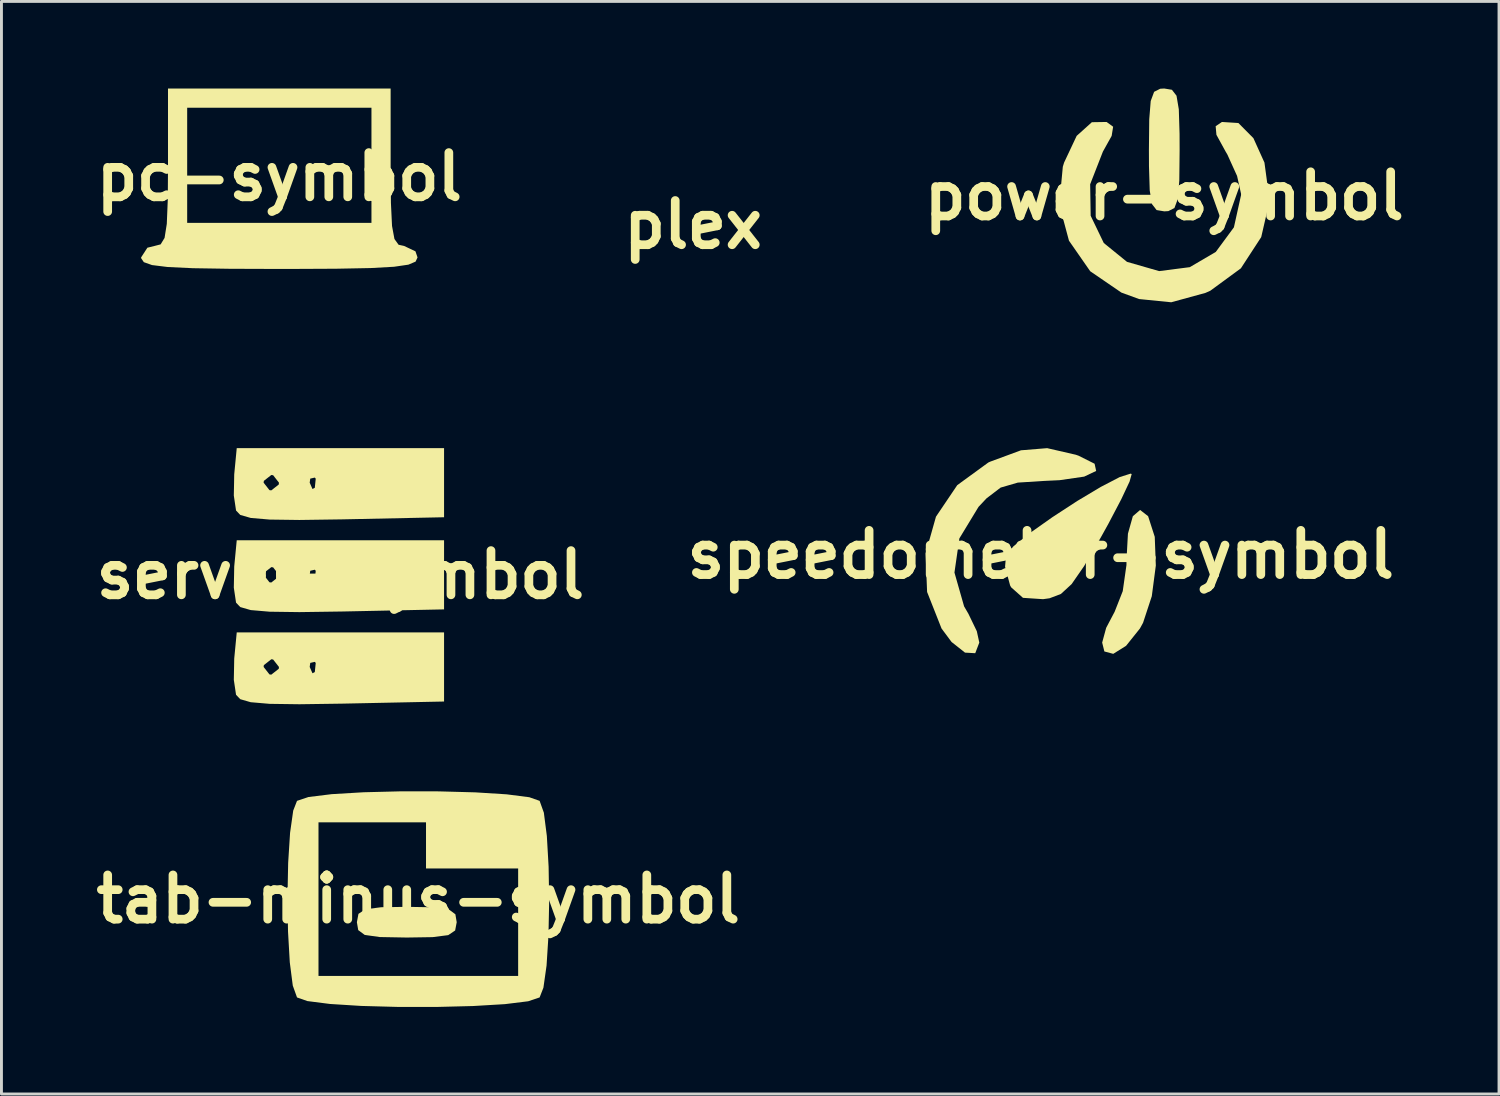
<source format=kicad_pcb>
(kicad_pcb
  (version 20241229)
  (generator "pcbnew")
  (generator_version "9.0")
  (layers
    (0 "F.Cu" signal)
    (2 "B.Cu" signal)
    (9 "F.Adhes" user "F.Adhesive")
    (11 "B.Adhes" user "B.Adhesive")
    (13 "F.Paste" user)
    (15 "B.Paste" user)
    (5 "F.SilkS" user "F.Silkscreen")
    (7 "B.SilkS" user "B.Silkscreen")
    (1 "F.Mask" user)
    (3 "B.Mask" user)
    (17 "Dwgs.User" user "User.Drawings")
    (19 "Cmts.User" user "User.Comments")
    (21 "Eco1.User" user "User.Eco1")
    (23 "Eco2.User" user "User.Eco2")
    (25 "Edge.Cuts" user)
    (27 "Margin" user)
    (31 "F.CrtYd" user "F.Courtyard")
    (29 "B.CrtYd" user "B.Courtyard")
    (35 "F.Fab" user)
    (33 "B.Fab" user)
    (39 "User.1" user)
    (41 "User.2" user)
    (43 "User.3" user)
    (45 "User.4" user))
  (footprint "speedometer-symbol"
    (layer "F.Cu")
    (at 32.813 16.06)
    (property "Reference" "speedometer-symbol" (at 0 0 0) (layer "F.SilkS") (effects (font (size 1.524 1.524) (thickness 0.3))))
    (attr board_only exclude_from_pos_files exclude_from_bom)
    (fp_poly (pts (xy 3.7 -1.323) (xy 3.929 -0.611) (xy 3.966 0.378) (xy 3.827 1.435) (xy 3.526 2.351) (xy 3.418 2.548) (xy 2.941 3.144) (xy 2.499 3.421) (xy 2.193 3.339) (xy 2.117 3.033) (xy 2.255 2.525) (xy 2.547 1.97) (xy 2.826 1.261) (xy 2.954 0.359) (xy 2.955 0.192) (xy 3.005 -0.721) (xy 3.174 -1.322) (xy 3.424 -1.537)) (stroke (width 0) (type solid)) (fill yes) (layer "F.SilkS"))
    (fp_poly (pts (xy 3.134 -2.775) (xy 3.061 -2.514) (xy 2.774 -1.904) (xy 2.328 -1.055) (xy 2.079 -0.606) (xy 1.496 0.395) (xy 1.064 1.018) (xy 0.696 1.357) (xy 0.304 1.506) (xy 0.08 1.537) (xy -0.612 1.491) (xy -1.019 1.129) (xy -1.055 1.064) (xy -1.229 0.418) (xy -1.194 0.011) (xy -0.935 -0.29) (xy -0.361 -0.75) (xy 0.41 -1.294) (xy 1.259 -1.847) (xy 2.069 -2.331) (xy 2.721 -2.67) (xy 3.097 -2.789)) (stroke (width 0) (type solid)) (fill yes) (layer "F.SilkS"))
    (fp_poly (pts (xy 1.208 -3.44) (xy 1.303 -3.407) (xy 1.856 -3.13) (xy 1.91 -2.882) (xy 1.497 -2.686) (xy 0.649 -2.563) (xy 0.123 -2.538) (xy -0.789 -2.48) (xy -1.382 -2.308) (xy -1.868 -1.937) (xy -2.144 -1.643) (xy -2.804 -0.556) (xy -2.973 0.62) (xy -2.641 1.785) (xy -2.492 2.041) (xy -2.203 2.64) (xy -2.117 3.033) (xy -2.257 3.399) (xy -2.61 3.379) (xy -3.073 3.012) (xy -3.418 2.548) (xy -3.916 1.288) (xy -3.968 -0.039) (xy -3.61 -1.306) (xy -2.877 -2.392) (xy -1.806 -3.172) (xy -1.745 -3.2) (xy -0.681 -3.593) (xy 0.221 -3.667)) (stroke (width 0) (type solid)) (fill yes) (layer "F.SilkS")))
  (footprint "server-symbol"
    (layer "F.Cu")
    (at 8.68 16.758)
    (property "Reference" "server-symbol" (at 0 0 0) (layer "F.SilkS") (effects (font (size 1.524 1.524) (thickness 0.3))))
    (attr board_only exclude_from_pos_files exclude_from_bom)
    (fp_poly (pts (xy 3.572 -1.984) (xy 0.061 -1.911) (xy -1.413 -1.89) (xy -2.437 -1.904) (xy -3.09 -1.96) (xy -3.451 -2.064) (xy -3.596 -2.216) (xy -3.673 -2.733) (xy -3.664 -3.175) (xy -2.646 -3.175) (xy -2.444 -2.918) (xy -2.381 -2.91) (xy -2.124 -3.112) (xy -2.117 -3.175) (xy -1.058 -3.175) (xy -0.962 -2.957) (xy -0.882 -2.999) (xy -0.85 -3.313) (xy -0.882 -3.351) (xy -1.039 -3.315) (xy -1.058 -3.175) (xy -2.117 -3.175) (xy -2.318 -3.432) (xy -2.381 -3.44) (xy -2.638 -3.238) (xy -2.646 -3.175) (xy -3.664 -3.175) (xy -3.659 -3.457) (xy -3.657 -3.481) (xy -3.572 -4.366) (xy 3.572 -4.366)) (stroke (width 0) (type solid)) (fill yes) (layer "F.SilkS"))
    (fp_poly (pts (xy 3.572 1.191) (xy 0.061 1.264) (xy -1.413 1.285) (xy -2.437 1.271) (xy -3.09 1.215) (xy -3.451 1.111) (xy -3.596 0.959) (xy -3.673 0.442) (xy -3.664 0) (xy -2.646 0) (xy -2.444 0.257) (xy -2.381 0.265) (xy -2.124 0.063) (xy -2.117 0) (xy -1.058 0) (xy -0.962 0.218) (xy -0.882 0.176) (xy -0.85 -0.138) (xy -0.882 -0.176) (xy -1.039 -0.14) (xy -1.058 0) (xy -2.117 0) (xy -2.318 -0.257) (xy -2.381 -0.265) (xy -2.638 -0.063) (xy -2.646 0) (xy -3.664 0) (xy -3.659 -0.282) (xy -3.657 -0.306) (xy -3.572 -1.191) (xy 3.572 -1.191)) (stroke (width 0) (type solid)) (fill yes) (layer "F.SilkS"))
    (fp_poly (pts (xy 3.572 4.366) (xy 0.061 4.439) (xy -1.413 4.46) (xy -2.437 4.446) (xy -3.09 4.39) (xy -3.451 4.286) (xy -3.596 4.134) (xy -3.673 3.617) (xy -3.664 3.175) (xy -2.646 3.175) (xy -2.444 3.432) (xy -2.381 3.44) (xy -2.124 3.238) (xy -2.117 3.175) (xy -1.058 3.175) (xy -0.962 3.393) (xy -0.882 3.351) (xy -0.85 3.037) (xy -0.882 2.999) (xy -1.039 3.035) (xy -1.058 3.175) (xy -2.117 3.175) (xy -2.318 2.918) (xy -2.381 2.91) (xy -2.638 3.112) (xy -2.646 3.175) (xy -3.664 3.175) (xy -3.659 2.893) (xy -3.657 2.869) (xy -3.572 1.984) (xy 3.572 1.984)) (stroke (width 0) (type solid)) (fill yes) (layer "F.SilkS")))
  (footprint "power-symbol"
    (layer "F.Cu")
    (at 37.07 3.704)
    (property "Reference" "power-symbol" (at 0 0 0) (layer "F.SilkS") (effects (font (size 1.524 1.524) (thickness 0.3))))
    (attr board_only exclude_from_pos_files exclude_from_bom)
    (fp_poly (pts (xy 0.264 -3.66) (xy 0.422 -3.456) (xy 0.501 -2.987) (xy 0.527 -2.146) (xy 0.529 -1.587) (xy 0.518 -0.533) (xy 0.467 0.099) (xy 0.35 0.415) (xy 0.14 0.521) (xy 0 0.529) (xy -0.264 0.485) (xy -0.422 0.281) (xy -0.501 -0.188) (xy -0.527 -1.029) (xy -0.529 -1.587) (xy -0.518 -2.642) (xy -0.467 -3.274) (xy -0.35 -3.59) (xy -0.14 -3.696) (xy 0 -3.704)) (stroke (width 0) (type solid)) (fill yes) (layer "F.SilkS"))
    (fp_poly (pts (xy 2.554 -2.515) (xy 3.071 -1.994) (xy 3.452 -1.152) (xy 3.63 0.16) (xy 3.341 1.416) (xy 2.64 2.492) (xy 1.584 3.266) (xy 1.419 3.339) (xy 0.24 3.662) (xy -0.868 3.551) (xy -1.478 3.328) (xy -2.552 2.593) (xy -3.284 1.54) (xy -3.618 0.296) (xy -3.496 -1.009) (xy -3.452 -1.152) (xy -3.019 -2.072) (xy -2.495 -2.543) (xy -1.987 -2.551) (xy -1.762 -2.387) (xy -1.813 -2.071) (xy -2.115 -1.529) (xy -2.554 -0.404) (xy -2.536 0.682) (xy -2.084 1.62) (xy -1.285 2.269) (xy -0.176 2.588) (xy 0.88 2.452) (xy 1.775 1.927) (xy 2.4 1.079) (xy 2.645 -0.028) (xy 2.645 -0.079) (xy 2.509 -0.69) (xy 2.176 -1.425) (xy 2.115 -1.529) (xy 1.797 -2.109) (xy 1.771 -2.406) (xy 1.987 -2.551)) (stroke (width 0) (type solid)) (fill yes) (layer "F.SilkS")))
  (footprint "plex"
    (layer "F.Cu")
    (at 20.835 4.694)
    (property "Reference" "plex" (at 0 0 0) (layer "F.SilkS") (effects (font (size 1.524 1.524) (thickness 0.3))))
    (attr board_only exclude_from_pos_files exclude_from_bom)
    (fp_poly (pts (xy 0.135 -4.693) (xy 0.248 -4.691) (xy 0.35 -4.687) (xy 0.444 -4.681) (xy 0.535 -4.673) (xy 0.626 -4.661) (xy 0.721 -4.647) (xy 0.825 -4.629) (xy 0.845 -4.625) (xy 1.144 -4.561) (xy 1.437 -4.477) (xy 1.722 -4.376) (xy 1.998 -4.257) (xy 2.266 -4.121) (xy 2.524 -3.969) (xy 2.771 -3.8) (xy 3.008 -3.616) (xy 3.232 -3.416) (xy 3.445 -3.202) (xy 3.644 -2.973) (xy 3.83 -2.731) (xy 4.001 -2.475) (xy 4.052 -2.392) (xy 4.129 -2.255) (xy 4.206 -2.105) (xy 4.281 -1.947) (xy 4.352 -1.785) (xy 4.415 -1.626) (xy 4.469 -1.474) (xy 4.49 -1.41) (xy 4.541 -1.229) (xy 4.588 -1.038) (xy 4.628 -0.845) (xy 4.659 -0.655) (xy 4.681 -0.49) (xy 4.691 -0.368) (xy 4.697 -0.233) (xy 4.701 -0.088) (xy 4.701 0.061) (xy 4.698 0.208) (xy 4.691 0.349) (xy 4.681 0.477) (xy 4.675 0.53) (xy 4.63 0.833) (xy 4.567 1.129) (xy 4.485 1.419) (xy 4.385 1.701) (xy 4.269 1.974) (xy 4.136 2.239) (xy 3.987 2.494) (xy 3.823 2.738) (xy 3.645 2.972) (xy 3.451 3.194) (xy 3.245 3.403) (xy 3.024 3.6) (xy 2.792 3.783) (xy 2.547 3.951) (xy 2.291 4.105) (xy 2.023 4.243) (xy 1.746 4.364) (xy 1.458 4.469) (xy 1.445 4.473) (xy 1.172 4.552) (xy 0.89 4.614) (xy 0.602 4.66) (xy 0.312 4.688) (xy 0.021 4.699) (xy -0.267 4.691) (xy -0.31 4.689) (xy -0.613 4.658) (xy -0.912 4.609) (xy -1.206 4.54) (xy -1.494 4.453) (xy -1.776 4.348) (xy -2.051 4.225) (xy -2.317 4.084) (xy -2.574 3.927) (xy -2.822 3.752) (xy -3.058 3.562) (xy -3.283 3.356) (xy -3.318 3.321) (xy -3.5 3.126) (xy -1.71 3.126) (xy -1.7 3.127) (xy -1.672 3.127) (xy -1.626 3.128) (xy -1.565 3.128) (xy -1.489 3.129) (xy -1.4 3.129) (xy -1.3 3.129) (xy -1.19 3.13) (xy -1.07 3.13) (xy -0.943 3.13) (xy -0.811 3.13) (xy -0.796 3.13) (xy 0.117 3.13) (xy 1.115 1.573) (xy 1.218 1.412) (xy 1.318 1.256) (xy 1.415 1.105) (xy 1.508 0.96) (xy 1.596 0.823) (xy 1.679 0.692) (xy 1.756 0.571) (xy 1.827 0.459) (xy 1.892 0.357) (xy 1.949 0.267) (xy 1.999 0.188) (xy 2.041 0.123) (xy 2.073 0.071) (xy 2.097 0.033) (xy 2.11 0.011) (xy 2.113 0.005) (xy 2.108 -0.005) (xy 2.092 -0.03) (xy 2.067 -0.071) (xy 2.033 -0.126) (xy 1.989 -0.194) (xy 1.938 -0.275) (xy 1.879 -0.368) (xy 1.813 -0.472) (xy 1.74 -0.586) (xy 1.662 -0.709) (xy 1.578 -0.841) (xy 1.489 -0.98) (xy 1.395 -1.126) (xy 1.298 -1.279) (xy 1.197 -1.436) (xy 1.115 -1.563) (xy 0.117 -3.12) (xy -0.796 -3.12) (xy -0.93 -3.12) (xy -1.057 -3.12) (xy -1.177 -3.12) (xy -1.289 -3.119) (xy -1.39 -3.119) (xy -1.48 -3.119) (xy -1.558 -3.118) (xy -1.621 -3.118) (xy -1.668 -3.117) (xy -1.698 -3.117) (xy -1.71 -3.116) (xy -1.71 -3.116) (xy -1.705 -3.108) (xy -1.689 -3.083) (xy -1.664 -3.043) (xy -1.629 -2.989) (xy -1.586 -2.921) (xy -1.535 -2.841) (xy -1.476 -2.749) (xy -1.41 -2.645) (xy -1.337 -2.532) (xy -1.259 -2.409) (xy -1.175 -2.278) (xy -1.086 -2.139) (xy -0.992 -1.993) (xy -0.895 -1.842) (xy -0.794 -1.685) (xy -0.714 -1.559) (xy -0.611 -1.398) (xy -0.511 -1.242) (xy -0.414 -1.091) (xy -0.322 -0.947) (xy -0.234 -0.809) (xy -0.151 -0.679) (xy -0.073 -0.558) (xy -0.002 -0.447) (xy 0.062 -0.345) (xy 0.12 -0.255) (xy 0.169 -0.177) (xy 0.211 -0.111) (xy 0.243 -0.06) (xy 0.266 -0.023) (xy 0.28 -0.001) (xy 0.283 0.005) (xy 0.278 0.014) (xy 0.262 0.04) (xy 0.237 0.08) (xy 0.202 0.135) (xy 0.159 0.203) (xy 0.108 0.284) (xy 0.049 0.377) (xy -0.017 0.481) (xy -0.09 0.594) (xy -0.169 0.718) (xy -0.253 0.849) (xy -0.342 0.988) (xy -0.435 1.134) (xy -0.533 1.286) (xy -0.633 1.444) (xy -0.714 1.569) (xy -0.816 1.729) (xy -0.916 1.885) (xy -1.013 2.036) (xy -1.105 2.18) (xy -1.193 2.317) (xy -1.276 2.447) (xy -1.354 2.567) (xy -1.425 2.679) (xy -1.489 2.78) (xy -1.547 2.869) (xy -1.596 2.947) (xy -1.638 3.012) (xy -1.67 3.063) (xy -1.693 3.1) (xy -1.707 3.121) (xy -1.71 3.126) (xy -3.5 3.126) (xy -3.525 3.1) (xy -3.717 2.866) (xy -3.894 2.622) (xy -4.054 2.367) (xy -4.197 2.103) (xy -4.324 1.83) (xy -4.432 1.551) (xy -4.522 1.265) (xy -4.593 0.975) (xy -4.624 0.81) (xy -4.64 0.719) (xy -4.652 0.639) (xy -4.662 0.566) (xy -4.67 0.496) (xy -4.676 0.425) (xy -4.68 0.351) (xy -4.683 0.269) (xy -4.684 0.177) (xy -4.685 0.071) (xy -4.685 -0.005) (xy -4.685 -0.12) (xy -4.684 -0.219) (xy -4.682 -0.305) (xy -4.679 -0.381) (xy -4.674 -0.451) (xy -4.668 -0.519) (xy -4.66 -0.588) (xy -4.649 -0.661) (xy -4.636 -0.742) (xy -4.624 -0.815) (xy -4.563 -1.108) (xy -4.484 -1.396) (xy -4.386 -1.678) (xy -4.269 -1.954) (xy -4.136 -2.223) (xy -3.985 -2.482) (xy -3.818 -2.733) (xy -3.635 -2.972) (xy -3.436 -3.2) (xy -3.325 -3.315) (xy -3.104 -3.524) (xy -2.874 -3.716) (xy -2.634 -3.89) (xy -2.383 -4.049) (xy -2.119 -4.193) (xy -2.065 -4.22) (xy -1.806 -4.338) (xy -1.545 -4.438) (xy -1.278 -4.523) (xy -1.003 -4.591) (xy -0.718 -4.645) (xy -0.52 -4.672) (xy -0.467 -4.678) (xy -0.418 -4.683) (xy -0.368 -4.687) (xy -0.315 -4.69) (xy -0.255 -4.692) (xy -0.185 -4.693) (xy -0.102 -4.694) (xy -0.002 -4.694) (xy 0.005 -4.694)) (stroke (width 0) (type solid)) (fill yes) (layer "F.Mask")))
  (footprint "tab-minus-symbol"
    (layer "F.Cu")
    (at 11.365 27.934)
    (property "Reference" "tab-minus-symbol" (at 0 0 0) (layer "F.SilkS") (effects (font (size 1.524 1.524) (thickness 0.3))))
    (attr board_only exclude_from_pos_files exclude_from_bom)
    (fp_poly (pts (xy 0.534 0.281) (xy 1.053 0.355) (xy 1.277 0.521) (xy 1.323 0.794) (xy 1.269 1.08) (xy 1.031 1.24) (xy 0.49 1.309) (xy -0.397 1.323) (xy -1.328 1.306) (xy -1.847 1.233) (xy -2.071 1.067) (xy -2.117 0.794) (xy -2.063 0.507) (xy -1.824 0.348) (xy -1.283 0.279) (xy -0.397 0.265)) (stroke (width 0) (type solid)) (fill yes) (layer "F.SilkS"))
    (fp_poly (pts (xy 0.703 -3.714) (xy 1.964 -3.68) (xy 3.044 -3.612) (xy 3.825 -3.512) (xy 4.18 -3.387) (xy 4.326 -2.979) (xy 4.429 -2.177) (xy 4.49 -1.115) (xy 4.509 0.072) (xy 4.485 1.251) (xy 4.419 2.289) (xy 4.311 3.051) (xy 4.18 3.387) (xy 3.787 3.519) (xy 2.984 3.618) (xy 1.889 3.683) (xy 0.621 3.715) (xy -0.703 3.714) (xy -1.964 3.68) (xy -3.044 3.612) (xy -3.825 3.512) (xy -4.18 3.387) (xy -4.326 2.979) (xy -4.369 2.646) (xy -3.44 2.646) (xy 3.44 2.646) (xy 3.44 -1.058) (xy 0.265 -1.058) (xy 0.265 -2.646) (xy -3.44 -2.646) (xy -3.44 2.646) (xy -4.369 2.646) (xy -4.429 2.177) (xy -4.49 1.115) (xy -4.509 -0.072) (xy -4.485 -1.251) (xy -4.419 -2.289) (xy -4.311 -3.051) (xy -4.18 -3.387) (xy -3.787 -3.519) (xy -2.984 -3.618) (xy -1.889 -3.683) (xy -0.621 -3.715)) (stroke (width 0) (type solid)) (fill yes) (layer "F.SilkS")))
  (footprint "pc-symbol"
    (layer "F.Cu")
    (at 6.575 3.043)
    (property "Reference" "pc-symbol" (at 0 0 0) (layer "F.SilkS") (effects (font (size 1.524 1.524) (thickness 0.3))))
    (attr board_only exclude_from_pos_files exclude_from_bom)
    (fp_poly (pts (xy 3.836 -0.33) (xy 3.846 0.9) (xy 3.884 1.693) (xy 3.967 2.143) (xy 4.11 2.341) (xy 4.299 2.382) (xy 4.691 2.567) (xy 4.763 2.778) (xy 4.696 2.922) (xy 4.449 3.027) (xy 3.956 3.099) (xy 3.149 3.144) (xy 1.959 3.167) (xy 0.318 3.175) (xy 0 3.175) (xy -1.721 3.169) (xy -2.981 3.149) (xy -3.847 3.108) (xy -4.387 3.041) (xy -4.669 2.941) (xy -4.761 2.805) (xy -4.763 2.778) (xy -4.546 2.443) (xy -4.299 2.382) (xy -4.09 2.328) (xy -3.954 2.105) (xy -3.877 1.619) (xy -3.876 1.587) (xy -3.175 1.587) (xy 3.175 1.587) (xy 3.175 -2.381) (xy -3.175 -2.381) (xy -3.175 1.587) (xy -3.876 1.587) (xy -3.843 0.779) (xy -3.836 -0.33) (xy -3.836 -3.043) (xy 3.836 -3.043)) (stroke (width 0) (type solid)) (fill yes) (layer "F.SilkS")))
  (gr_rect
    (start -3 -3)
    (end 48.605 34.649)
    (stroke (width 0.1) (type default))
    (fill no)
    (layer "Edge.Cuts")))
</source>
